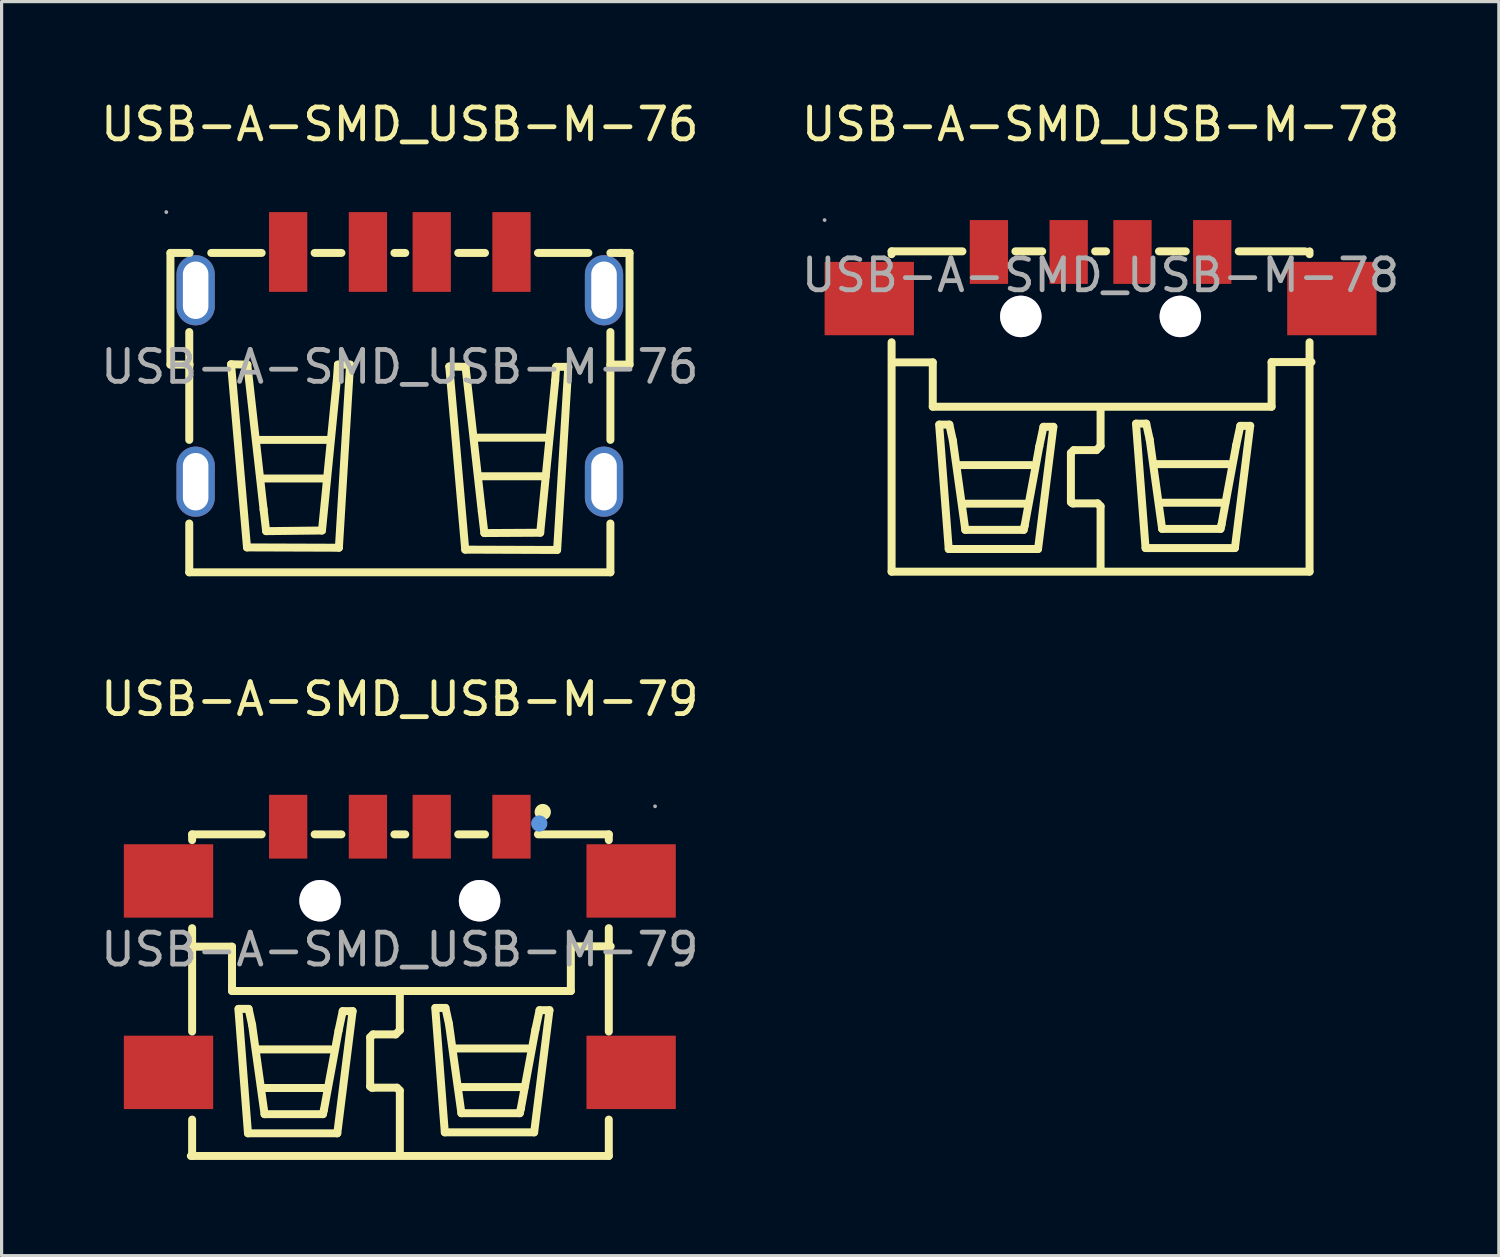
<source format=kicad_pcb>
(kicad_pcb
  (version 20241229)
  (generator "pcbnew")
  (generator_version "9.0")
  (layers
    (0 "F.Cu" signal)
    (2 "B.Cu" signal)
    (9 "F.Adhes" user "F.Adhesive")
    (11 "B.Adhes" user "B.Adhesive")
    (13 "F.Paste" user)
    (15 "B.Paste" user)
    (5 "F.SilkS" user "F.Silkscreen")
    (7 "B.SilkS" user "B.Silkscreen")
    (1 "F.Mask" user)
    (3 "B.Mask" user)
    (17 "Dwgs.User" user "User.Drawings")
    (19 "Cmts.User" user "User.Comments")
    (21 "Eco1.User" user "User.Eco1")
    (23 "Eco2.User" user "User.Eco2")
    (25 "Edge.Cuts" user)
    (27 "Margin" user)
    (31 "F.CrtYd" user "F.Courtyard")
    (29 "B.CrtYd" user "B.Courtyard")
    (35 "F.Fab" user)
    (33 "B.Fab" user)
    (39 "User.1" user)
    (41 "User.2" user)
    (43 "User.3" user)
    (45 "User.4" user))
  (footprint "USB-A-SMD_USB-M-79"
    (layer "F.Cu")
    (at 9.482 26.712)
    (property "Reference" "USB-A-SMD_USB-M-79" (at 0 -7.85 0) (layer "F.SilkS") (effects (font (size 1 1) (thickness 0.15))))
    (attr through_hole)
    (fp_line (start -6.55 6.47) (end 6.55 6.47) (stroke (width 0.25) (type solid)) (layer "F.SilkS"))
    (fp_line (start -6.51 -3.61) (end -6.51 -3.43) (stroke (width 0.25) (type solid)) (layer "F.SilkS"))
    (fp_line (start -6.51 -3.61) (end -4.33 -3.61) (stroke (width 0.25) (type solid)) (layer "F.SilkS"))
    (fp_line (start -6.51 -0.67) (end -6.51 2.57) (stroke (width 0.25) (type solid)) (layer "F.SilkS"))
    (fp_line (start -6.51 5.33) (end -6.51 6.47) (stroke (width 0.25) (type solid)) (layer "F.SilkS"))
    (fp_line (start -6.48 -0.09) (end -5.26 -0.09) (stroke (width 0.25) (type solid)) (layer "F.SilkS"))
    (fp_line (start -5.26 -0.09) (end -5.26 1.3) (stroke (width 0.25) (type solid)) (layer "F.SilkS"))
    (fp_line (start -5.26 1.3) (end 5.36 1.3) (stroke (width 0.25) (type solid)) (layer "F.SilkS"))
    (fp_line (start -5.06 1.86) (end -4.76 5.76) (stroke (width 0.25) (type solid)) (layer "F.SilkS"))
    (fp_line (start -4.76 5.76) (end -1.96 5.76) (stroke (width 0.25) (type solid)) (layer "F.SilkS"))
    (fp_line (start -4.74 1.86) (end -5.05 1.86) (stroke (width 0.25) (type solid)) (layer "F.SilkS"))
    (fp_line (start -4.63 2.36) (end -4.74 1.86) (stroke (width 0.25) (type solid)) (layer "F.SilkS"))
    (fp_line (start -4.44 3.13) (end -2.18 3.13) (stroke (width 0.25) (type solid)) (layer "F.SilkS"))
    (fp_line (start -4.3 4.34) (end -2.27 4.34) (stroke (width 0.25) (type solid)) (layer "F.SilkS"))
    (fp_line (start -4.24 5.16) (end -4.63 2.36) (stroke (width 0.25) (type solid)) (layer "F.SilkS"))
    (fp_line (start -2.67 -3.61) (end -1.83 -3.61) (stroke (width 0.25) (type solid)) (layer "F.SilkS"))
    (fp_line (start -2.41 5.16) (end -4.24 5.16) (stroke (width 0.25) (type solid)) (layer "F.SilkS"))
    (fp_line (start -2.38 5.03) (end -2.41 5.16) (stroke (width 0.25) (type solid)) (layer "F.SilkS"))
    (fp_line (start -1.96 5.76) (end -1.48 1.93) (stroke (width 0.25) (type solid)) (layer "F.SilkS"))
    (fp_line (start -1.92 2.54) (end -2.38 5.03) (stroke (width 0.25) (type solid)) (layer "F.SilkS"))
    (fp_line (start -1.79 1.93) (end -1.92 2.54) (stroke (width 0.25) (type solid)) (layer "F.SilkS"))
    (fp_line (start -1.48 1.93) (end -1.79 1.93) (stroke (width 0.25) (type solid)) (layer "F.SilkS"))
    (fp_line (start -0.93 2.75) (end -0.93 4.29) (stroke (width 0.25) (type solid)) (layer "F.SilkS"))
    (fp_line (start -0.93 4.29) (end -0.88 4.33) (stroke (width 0.25) (type solid)) (layer "F.SilkS"))
    (fp_line (start -0.88 4.33) (end -0.84 4.33) (stroke (width 0.25) (type solid)) (layer "F.SilkS"))
    (fp_line (start -0.84 2.66) (end -0.93 2.75) (stroke (width 0.25) (type solid)) (layer "F.SilkS"))
    (fp_line (start -0.84 4.33) (end -0.09 4.33) (stroke (width 0.25) (type solid)) (layer "F.SilkS"))
    (fp_line (start -0.17 -3.61) (end 0.17 -3.61) (stroke (width 0.25) (type solid)) (layer "F.SilkS"))
    (fp_line (start -0.13 2.66) (end -0.84 2.66) (stroke (width 0.25) (type solid)) (layer "F.SilkS"))
    (fp_line (start -0.09 4.33) (end 0 4.42) (stroke (width 0.25) (type solid)) (layer "F.SilkS"))
    (fp_line (start 0 1.39) (end 0 2.53) (stroke (width 0.25) (type solid)) (layer "F.SilkS"))
    (fp_line (start 0 2.53) (end -0.13 2.66) (stroke (width 0.25) (type solid)) (layer "F.SilkS"))
    (fp_line (start 0 4.42) (end 0 6.42) (stroke (width 0.25) (type solid)) (layer "F.SilkS"))
    (fp_line (start 1.11 1.83) (end 1.41 5.73) (stroke (width 0.25) (type solid)) (layer "F.SilkS"))
    (fp_line (start 1.41 5.73) (end 4.21 5.73) (stroke (width 0.25) (type solid)) (layer "F.SilkS"))
    (fp_line (start 1.43 1.83) (end 1.12 1.83) (stroke (width 0.25) (type solid)) (layer "F.SilkS"))
    (fp_line (start 1.54 2.33) (end 1.43 1.83) (stroke (width 0.25) (type solid)) (layer "F.SilkS"))
    (fp_line (start 1.74 3.1) (end 4 3.1) (stroke (width 0.25) (type solid)) (layer "F.SilkS"))
    (fp_line (start 1.83 -3.61) (end 2.67 -3.61) (stroke (width 0.25) (type solid)) (layer "F.SilkS"))
    (fp_line (start 1.88 4.31) (end 3.91 4.31) (stroke (width 0.25) (type solid)) (layer "F.SilkS"))
    (fp_line (start 1.93 5.13) (end 1.54 2.33) (stroke (width 0.25) (type solid)) (layer "F.SilkS"))
    (fp_line (start 3.76 5.13) (end 1.93 5.13) (stroke (width 0.25) (type solid)) (layer "F.SilkS"))
    (fp_line (start 3.79 5) (end 3.76 5.13) (stroke (width 0.25) (type solid)) (layer "F.SilkS"))
    (fp_line (start 4.21 5.73) (end 4.69 1.9) (stroke (width 0.25) (type solid)) (layer "F.SilkS"))
    (fp_line (start 4.25 2.51) (end 3.79 5) (stroke (width 0.25) (type solid)) (layer "F.SilkS"))
    (fp_line (start 4.33 -3.61) (end 6.55 -3.61) (stroke (width 0.25) (type solid)) (layer "F.SilkS"))
    (fp_line (start 4.38 1.9) (end 4.25 2.51) (stroke (width 0.25) (type solid)) (layer "F.SilkS"))
    (fp_line (start 4.69 1.9) (end 4.38 1.9) (stroke (width 0.25) (type solid)) (layer "F.SilkS"))
    (fp_line (start 5.36 -0.1) (end 6.61 -0.1) (stroke (width 0.25) (type solid)) (layer "F.SilkS"))
    (fp_line (start 5.36 1.3) (end 5.36 -0.1) (stroke (width 0.25) (type solid)) (layer "F.SilkS"))
    (fp_line (start 6.55 -3.43) (end 6.55 -3.61) (stroke (width 0.25) (type solid)) (layer "F.SilkS"))
    (fp_line (start 6.55 2.57) (end 6.55 -0.67) (stroke (width 0.25) (type solid)) (layer "F.SilkS"))
    (fp_line (start 6.55 6.47) (end 6.55 5.33) (stroke (width 0.25) (type solid)) (layer "F.SilkS"))
    (fp_circle (center 4.48 -4.31) (end 4.61 -4.31) (stroke (width 0.25) (type solid)) (fill no) (layer "F.SilkS"))
    (fp_circle (center -2.5 -1.53) (end -2.21 -1.53) (stroke (width 0.58) (type solid)) (fill no) (layer "Cmts.User"))
    (fp_circle (center 2.5 -1.53) (end 2.79 -1.53) (stroke (width 0.58) (type solid)) (fill no) (layer "Cmts.User"))
    (fp_circle (center 4.37 -3.95) (end 4.5 -3.95) (stroke (width 0.25) (type solid)) (fill no) (layer "Cmts.User"))
    (fp_circle (center 8 -4.49) (end 8.03 -4.49) (stroke (width 0.06) (type solid)) (fill no) (layer "F.Fab"))
    (fp_text user "${REFERENCE}" (at 0 0 0) (layer "F.Fab") (effects (font (size 1 1) (thickness 0.15))))
    (pad "" thru_hole circle (at -2.5 -1.53) (size 1.3 1.3) (drill 1.3) (layers "*.Cu" "*.Mask"))
    (pad "" thru_hole circle (at 2.5 -1.53) (size 1.3 1.3) (drill 1.3) (layers "*.Cu" "*.Mask"))
    (pad "1" smd rect (at 3.5 -3.85 90) (size 2 1.2) (layers "F.Cu" "F.Mask" "F.Paste"))
    (pad "2" smd rect (at 1 -3.85 90) (size 2 1.2) (layers "F.Cu" "F.Mask" "F.Paste"))
    (pad "3" smd rect (at -1 -3.85 90) (size 2 1.2) (layers "F.Cu" "F.Mask" "F.Paste"))
    (pad "4" smd rect (at -3.5 -3.85 90) (size 2 1.2) (layers "F.Cu" "F.Mask" "F.Paste"))
    (pad "5" smd rect (at -7.25 -2.15) (size 2.8 2.3) (layers "F.Cu" "F.Mask" "F.Paste"))
    (pad "6" smd rect (at -7.25 3.85) (size 2.8 2.3) (layers "F.Cu" "F.Mask" "F.Paste"))
    (pad "7" smd rect (at 7.25 3.85) (size 2.8 2.3) (layers "F.Cu" "F.Mask" "F.Paste"))
    (pad "8" smd rect (at 7.25 -2.15) (size 2.8 2.3) (layers "F.Cu" "F.Mask" "F.Paste")))
  (footprint "USB-A-SMD_USB-M-78"
    (layer "F.Cu")
    (at 31.446 5.578)
    (property "Reference" "USB-A-SMD_USB-M-78" (at 0 -4.73 0) (layer "F.SilkS") (effects (font (size 1 1) (thickness 0.15))))
    (attr through_hole)
    (fp_line (start -6.55 -0.66) (end -6.55 -0.75) (stroke (width 0.25) (type solid)) (layer "F.SilkS"))
    (fp_line (start -6.55 9.29) (end -6.55 2.1) (stroke (width 0.25) (type solid)) (layer "F.SilkS"))
    (fp_line (start -6.55 9.29) (end 6.55 9.29) (stroke (width 0.25) (type solid)) (layer "F.SilkS"))
    (fp_line (start -6.48 2.73) (end -5.26 2.73) (stroke (width 0.25) (type solid)) (layer "F.SilkS"))
    (fp_line (start -5.26 2.73) (end -5.26 4.12) (stroke (width 0.25) (type solid)) (layer "F.SilkS"))
    (fp_line (start -5.26 4.12) (end 5.36 4.12) (stroke (width 0.25) (type solid)) (layer "F.SilkS"))
    (fp_line (start -5.06 4.68) (end -4.76 8.58) (stroke (width 0.25) (type solid)) (layer "F.SilkS"))
    (fp_line (start -4.76 8.58) (end -1.96 8.58) (stroke (width 0.25) (type solid)) (layer "F.SilkS"))
    (fp_line (start -4.74 4.68) (end -5.05 4.68) (stroke (width 0.25) (type solid)) (layer "F.SilkS"))
    (fp_line (start -4.63 5.18) (end -4.74 4.68) (stroke (width 0.25) (type solid)) (layer "F.SilkS"))
    (fp_line (start -4.44 5.95) (end -2.18 5.95) (stroke (width 0.25) (type solid)) (layer "F.SilkS"))
    (fp_line (start -4.33 -0.75) (end -6.55 -0.75) (stroke (width 0.25) (type solid)) (layer "F.SilkS"))
    (fp_line (start -4.3 7.16) (end -2.27 7.16) (stroke (width 0.25) (type solid)) (layer "F.SilkS"))
    (fp_line (start -4.24 7.98) (end -4.63 5.18) (stroke (width 0.25) (type solid)) (layer "F.SilkS"))
    (fp_line (start -2.41 7.98) (end -4.24 7.98) (stroke (width 0.25) (type solid)) (layer "F.SilkS"))
    (fp_line (start -2.38 7.85) (end -2.41 7.98) (stroke (width 0.25) (type solid)) (layer "F.SilkS"))
    (fp_line (start -1.96 8.58) (end -1.48 4.75) (stroke (width 0.25) (type solid)) (layer "F.SilkS"))
    (fp_line (start -1.92 5.36) (end -2.38 7.85) (stroke (width 0.25) (type solid)) (layer "F.SilkS"))
    (fp_line (start -1.83 -0.75) (end -2.67 -0.75) (stroke (width 0.25) (type solid)) (layer "F.SilkS"))
    (fp_line (start -1.79 4.75) (end -1.92 5.36) (stroke (width 0.25) (type solid)) (layer "F.SilkS"))
    (fp_line (start -1.48 4.75) (end -1.79 4.75) (stroke (width 0.25) (type solid)) (layer "F.SilkS"))
    (fp_line (start -0.93 5.57) (end -0.93 7.11) (stroke (width 0.25) (type solid)) (layer "F.SilkS"))
    (fp_line (start -0.93 7.11) (end -0.88 7.15) (stroke (width 0.25) (type solid)) (layer "F.SilkS"))
    (fp_line (start -0.88 7.15) (end -0.84 7.15) (stroke (width 0.25) (type solid)) (layer "F.SilkS"))
    (fp_line (start -0.84 5.48) (end -0.93 5.57) (stroke (width 0.25) (type solid)) (layer "F.SilkS"))
    (fp_line (start -0.84 7.15) (end -0.09 7.15) (stroke (width 0.25) (type solid)) (layer "F.SilkS"))
    (fp_line (start -0.13 5.48) (end -0.84 5.48) (stroke (width 0.25) (type solid)) (layer "F.SilkS"))
    (fp_line (start -0.09 7.15) (end 0 7.24) (stroke (width 0.25) (type solid)) (layer "F.SilkS"))
    (fp_line (start 0 4.21) (end 0 5.35) (stroke (width 0.25) (type solid)) (layer "F.SilkS"))
    (fp_line (start 0 5.35) (end -0.13 5.48) (stroke (width 0.25) (type solid)) (layer "F.SilkS"))
    (fp_line (start 0 7.24) (end 0 9.24) (stroke (width 0.25) (type solid)) (layer "F.SilkS"))
    (fp_line (start 0.17 -0.75) (end -0.17 -0.75) (stroke (width 0.25) (type solid)) (layer "F.SilkS"))
    (fp_line (start 1.11 4.65) (end 1.41 8.55) (stroke (width 0.25) (type solid)) (layer "F.SilkS"))
    (fp_line (start 1.41 8.55) (end 4.21 8.55) (stroke (width 0.25) (type solid)) (layer "F.SilkS"))
    (fp_line (start 1.43 4.65) (end 1.12 4.65) (stroke (width 0.25) (type solid)) (layer "F.SilkS"))
    (fp_line (start 1.54 5.15) (end 1.43 4.65) (stroke (width 0.25) (type solid)) (layer "F.SilkS"))
    (fp_line (start 1.74 5.92) (end 4 5.92) (stroke (width 0.25) (type solid)) (layer "F.SilkS"))
    (fp_line (start 1.88 7.13) (end 3.91 7.13) (stroke (width 0.25) (type solid)) (layer "F.SilkS"))
    (fp_line (start 1.93 7.95) (end 1.54 5.15) (stroke (width 0.25) (type solid)) (layer "F.SilkS"))
    (fp_line (start 2.67 -0.75) (end 1.83 -0.75) (stroke (width 0.25) (type solid)) (layer "F.SilkS"))
    (fp_line (start 3.76 7.95) (end 1.93 7.95) (stroke (width 0.25) (type solid)) (layer "F.SilkS"))
    (fp_line (start 3.79 7.82) (end 3.76 7.95) (stroke (width 0.25) (type solid)) (layer "F.SilkS"))
    (fp_line (start 4.21 8.55) (end 4.69 4.72) (stroke (width 0.25) (type solid)) (layer "F.SilkS"))
    (fp_line (start 4.25 5.33) (end 3.79 7.82) (stroke (width 0.25) (type solid)) (layer "F.SilkS"))
    (fp_line (start 4.38 4.72) (end 4.25 5.33) (stroke (width 0.25) (type solid)) (layer "F.SilkS"))
    (fp_line (start 4.69 4.72) (end 4.38 4.72) (stroke (width 0.25) (type solid)) (layer "F.SilkS"))
    (fp_line (start 5.36 2.72) (end 6.61 2.72) (stroke (width 0.25) (type solid)) (layer "F.SilkS"))
    (fp_line (start 5.36 4.12) (end 5.36 2.72) (stroke (width 0.25) (type solid)) (layer "F.SilkS"))
    (fp_line (start 6.41 -0.75) (end 4.33 -0.75) (stroke (width 0.25) (type solid)) (layer "F.SilkS"))
    (fp_line (start 6.55 -0.66) (end 6.55 -0.75) (stroke (width 0.25) (type solid)) (layer "F.SilkS"))
    (fp_line (start 6.55 9.29) (end 6.55 2.1) (stroke (width 0.25) (type solid)) (layer "F.SilkS"))
    (fp_circle (center -8.65 -1.73) (end -8.62 -1.73) (stroke (width 0.06) (type solid)) (fill no) (layer "F.Fab"))
    (fp_circle (center -2.5 1.29) (end -2.22 1.29) (stroke (width 0.55) (type solid)) (fill no) (layer "F.Fab"))
    (fp_circle (center 2.5 1.29) (end 2.78 1.29) (stroke (width 0.55) (type solid)) (fill no) (layer "F.Fab"))
    (fp_text user "${REFERENCE}" (at 0 0 0) (layer "F.Fab") (effects (font (size 1 1) (thickness 0.15))))
    (pad "" thru_hole circle (at -2.5 1.29) (size 1.3 1.3) (drill 1.3) (layers "*.Cu" "*.Mask"))
    (pad "" thru_hole circle (at 2.5 1.29) (size 1.3 1.3) (drill 1.3) (layers "*.Cu" "*.Mask"))
    (pad "1" smd rect (at -3.5 -0.73 90) (size 2 1.2) (layers "F.Cu" "F.Mask" "F.Paste"))
    (pad "2" smd rect (at -1 -0.73 90) (size 2 1.2) (layers "F.Cu" "F.Mask" "F.Paste"))
    (pad "3" smd rect (at 1 -0.73 90) (size 2 1.2) (layers "F.Cu" "F.Mask" "F.Paste"))
    (pad "4" smd rect (at 3.5 -0.73 90) (size 2 1.2) (layers "F.Cu" "F.Mask" "F.Paste"))
    (pad "5" smd rect (at 7.25 0.73) (size 2.8 2.3) (layers "F.Cu" "F.Mask" "F.Paste"))
    (pad "6" smd rect (at -7.25 0.73) (size 2.8 2.3) (layers "F.Cu" "F.Mask" "F.Paste")))
  (footprint "USB-A-SMD_USB-M-76"
    (layer "F.Cu")
    (at 9.482 8.448)
    (property "Reference" "USB-A-SMD_USB-M-76" (at 0 -7.6 0) (layer "F.SilkS") (effects (font (size 1 1) (thickness 0.15))))
    (attr through_hole)
    (fp_line (start -7.19 -0.07) (end -7.19 -3.57) (stroke (width 0.25) (type solid)) (layer "F.SilkS"))
    (fp_line (start -6.6 2.29) (end -6.6 -1.09) (stroke (width 0.25) (type solid)) (layer "F.SilkS"))
    (fp_line (start -6.6 6.44) (end -6.6 4.91) (stroke (width 0.25) (type solid)) (layer "F.SilkS"))
    (fp_line (start -6.6 6.44) (end 6.6 6.44) (stroke (width 0.25) (type solid)) (layer "F.SilkS"))
    (fp_line (start -6.59 -3.57) (end -7.19 -3.57) (stroke (width 0.25) (type solid)) (layer "F.SilkS"))
    (fp_line (start -6.59 -0.07) (end -7.19 -0.07) (stroke (width 0.25) (type solid)) (layer "F.SilkS"))
    (fp_line (start -5.91 -3.57) (end -4.33 -3.57) (stroke (width 0.25) (type solid)) (layer "F.SilkS"))
    (fp_line (start -5.29 -0.08) (end -4.78 -0.07) (stroke (width 0.25) (type solid)) (layer "F.SilkS"))
    (fp_line (start -4.79 5.66) (end -5.29 -0.08) (stroke (width 0.25) (type solid)) (layer "F.SilkS"))
    (fp_line (start -4.78 -0.07) (end -4.27 4.47) (stroke (width 0.25) (type solid)) (layer "F.SilkS"))
    (fp_line (start -4.45 2.29) (end -2.19 2.29) (stroke (width 0.25) (type solid)) (layer "F.SilkS"))
    (fp_line (start -4.31 3.5) (end -2.28 3.5) (stroke (width 0.25) (type solid)) (layer "F.SilkS"))
    (fp_line (start -4.27 4.47) (end -4.19 5.15) (stroke (width 0.25) (type solid)) (layer "F.SilkS"))
    (fp_line (start -4.19 5.15) (end -2.44 5.13) (stroke (width 0.25) (type solid)) (layer "F.SilkS"))
    (fp_line (start -2.67 -3.57) (end -1.83 -3.57) (stroke (width 0.25) (type solid)) (layer "F.SilkS"))
    (fp_line (start -2.44 5.13) (end -1.97 0.36) (stroke (width 0.25) (type solid)) (layer "F.SilkS"))
    (fp_line (start -1.97 0.36) (end -1.94 -0.07) (stroke (width 0.25) (type solid)) (layer "F.SilkS"))
    (fp_line (start -1.94 -0.07) (end -1.56 -0.07) (stroke (width 0.25) (type solid)) (layer "F.SilkS"))
    (fp_line (start -1.91 5.67) (end -4.79 5.66) (stroke (width 0.25) (type solid)) (layer "F.SilkS"))
    (fp_line (start -1.56 -0.07) (end -1.91 5.67) (stroke (width 0.25) (type solid)) (layer "F.SilkS"))
    (fp_line (start -0.17 -3.57) (end 0.17 -3.57) (stroke (width 0.25) (type solid)) (layer "F.SilkS"))
    (fp_line (start 1.55 -0.01) (end 2.06 0) (stroke (width 0.25) (type solid)) (layer "F.SilkS"))
    (fp_line (start 1.83 -3.57) (end 2.67 -3.57) (stroke (width 0.25) (type solid)) (layer "F.SilkS"))
    (fp_line (start 2.05 5.73) (end 1.55 -0.01) (stroke (width 0.25) (type solid)) (layer "F.SilkS"))
    (fp_line (start 2.06 0) (end 2.57 4.54) (stroke (width 0.25) (type solid)) (layer "F.SilkS"))
    (fp_line (start 2.4 2.22) (end 4.66 2.22) (stroke (width 0.25) (type solid)) (layer "F.SilkS"))
    (fp_line (start 2.54 3.43) (end 4.57 3.43) (stroke (width 0.25) (type solid)) (layer "F.SilkS"))
    (fp_line (start 2.57 4.54) (end 2.65 5.21) (stroke (width 0.25) (type solid)) (layer "F.SilkS"))
    (fp_line (start 2.65 5.21) (end 4.4 5.2) (stroke (width 0.25) (type solid)) (layer "F.SilkS"))
    (fp_line (start 4.33 -3.57) (end 5.91 -3.57) (stroke (width 0.25) (type solid)) (layer "F.SilkS"))
    (fp_line (start 4.4 5.2) (end 4.87 0.43) (stroke (width 0.25) (type solid)) (layer "F.SilkS"))
    (fp_line (start 4.87 0.43) (end 4.9 0) (stroke (width 0.25) (type solid)) (layer "F.SilkS"))
    (fp_line (start 4.9 0) (end 5.28 0) (stroke (width 0.25) (type solid)) (layer "F.SilkS"))
    (fp_line (start 4.93 5.74) (end 2.05 5.73) (stroke (width 0.25) (type solid)) (layer "F.SilkS"))
    (fp_line (start 5.28 0) (end 4.93 5.74) (stroke (width 0.25) (type solid)) (layer "F.SilkS"))
    (fp_line (start 6.6 -3.57) (end 7.2 -3.57) (stroke (width 0.25) (type solid)) (layer "F.SilkS"))
    (fp_line (start 6.6 -0.07) (end 7.2 -0.07) (stroke (width 0.25) (type solid)) (layer "F.SilkS"))
    (fp_line (start 6.6 2.29) (end 6.6 -1.09) (stroke (width 0.25) (type solid)) (layer "F.SilkS"))
    (fp_line (start 6.6 6.44) (end 6.6 4.91) (stroke (width 0.25) (type solid)) (layer "F.SilkS"))
    (fp_line (start 6.89 -3.57) (end 6.99 -3.57) (stroke (width 0.25) (type solid)) (layer "F.SilkS"))
    (fp_line (start 7.2 -3.57) (end 7.2 -0.07) (stroke (width 0.25) (type solid)) (layer "F.SilkS"))
    (fp_circle (center -7.32 -4.85) (end -7.29 -4.85) (stroke (width 0.06) (type solid)) (fill no) (layer "F.Fab"))
    (fp_text user "${REFERENCE}" (at 0 0 0) (layer "F.Fab") (effects (font (size 1 1) (thickness 0.15))))
    (pad "1" smd rect (at -3.5 -3.6 180) (size 1.2 2.5) (layers "F.Cu" "F.Mask" "F.Paste"))
    (pad "2" smd rect (at -1 -3.6 180) (size 1.2 2.5) (layers "F.Cu" "F.Mask" "F.Paste"))
    (pad "3" smd rect (at 1 -3.6 180) (size 1.2 2.5) (layers "F.Cu" "F.Mask" "F.Paste"))
    (pad "4" smd rect (at 3.5 -3.6 180) (size 1.2 2.5) (layers "F.Cu" "F.Mask" "F.Paste"))
    (pad "5" thru_hole oval (at 6.4 -2.4 90) (size 2.2 1.2) (drill oval 1.8 0.8) (layers "*.Cu" "*.Paste" "*.Mask"))
    (pad "6" thru_hole oval (at 6.4 3.6 90) (size 2.2 1.2) (drill oval 1.8 0.8) (layers "*.Cu" "*.Paste" "*.Mask"))
    (pad "7" thru_hole oval (at -6.4 3.6 270) (size 2.2 1.2) (drill oval 1.8 0.8) (layers "*.Cu" "*.Paste" "*.Mask"))
    (pad "8" thru_hole oval (at -6.4 -2.4 270) (size 2.2 1.2) (drill oval 1.8 0.8) (layers "*.Cu" "*.Paste" "*.Mask")))
  (gr_rect
    (start -3 -3)
    (end 43.929 36.306)
    (stroke (width 0.1) (type default))
    (fill no)
    (layer "Edge.Cuts")))
</source>
